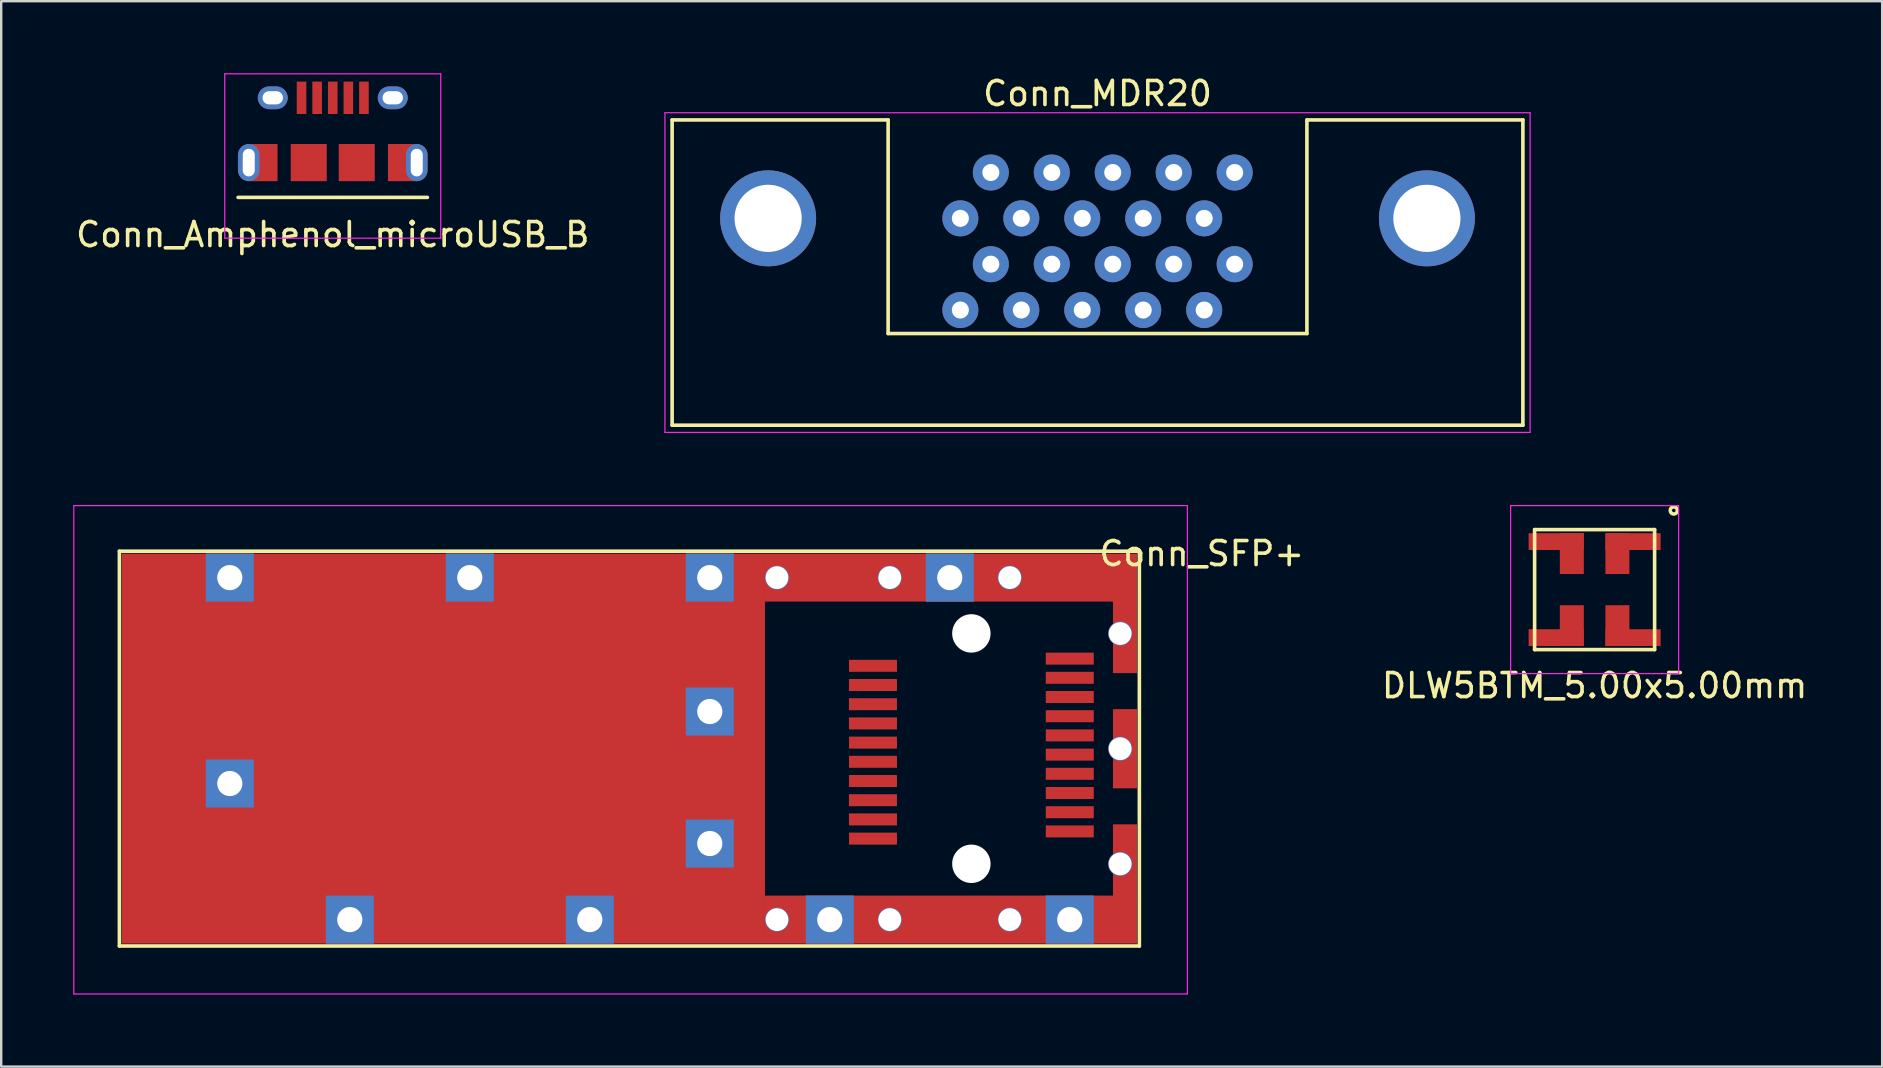
<source format=kicad_pcb>
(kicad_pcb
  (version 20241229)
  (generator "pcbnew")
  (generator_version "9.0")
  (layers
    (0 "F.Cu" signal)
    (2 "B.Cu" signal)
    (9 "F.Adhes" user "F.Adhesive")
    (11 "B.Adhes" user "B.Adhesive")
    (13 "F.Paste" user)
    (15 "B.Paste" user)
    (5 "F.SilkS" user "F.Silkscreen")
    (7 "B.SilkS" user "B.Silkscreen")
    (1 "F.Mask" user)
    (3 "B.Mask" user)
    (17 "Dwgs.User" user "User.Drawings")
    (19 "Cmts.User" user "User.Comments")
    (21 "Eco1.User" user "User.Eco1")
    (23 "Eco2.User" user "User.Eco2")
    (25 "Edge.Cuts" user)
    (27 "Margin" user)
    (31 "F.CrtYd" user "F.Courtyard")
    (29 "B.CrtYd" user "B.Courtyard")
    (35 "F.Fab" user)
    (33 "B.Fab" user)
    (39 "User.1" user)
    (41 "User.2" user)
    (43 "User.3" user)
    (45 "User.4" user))
  (footprint "Conn_MDR20"
    (layer "F.Cu")
    (at 42.681 10.848)
    (property "Reference" "Conn_MDR20" (at 0 -10 0) (layer "F.SilkS") (effects (font (size 1 1) (thickness 0.15))))
    (attr through_hole)
    (fp_line (start -17.725 -8.9) (end -17.725 3.82) (stroke (width 0.15) (type solid)) (layer "F.SilkS"))
    (fp_line (start -17.725 3.82) (end 17.725 3.82) (stroke (width 0.15) (type solid)) (layer "F.SilkS"))
    (fp_line (start -8.725 -8.9) (end -17.725 -8.9) (stroke (width 0.15) (type solid)) (layer "F.SilkS"))
    (fp_line (start -8.725 0) (end -8.725 -8.9) (stroke (width 0.15) (type solid)) (layer "F.SilkS"))
    (fp_line (start 8.725 -8.9) (end 8.725 0) (stroke (width 0.15) (type solid)) (layer "F.SilkS"))
    (fp_line (start 8.725 0) (end -8.725 0) (stroke (width 0.15) (type solid)) (layer "F.SilkS"))
    (fp_line (start 17.725 -8.9) (end 8.725 -8.9) (stroke (width 0.15) (type solid)) (layer "F.SilkS"))
    (fp_line (start 17.725 3.82) (end 17.725 -8.9) (stroke (width 0.15) (type solid)) (layer "F.SilkS"))
    (fp_line (start -18.025 -9.2) (end -18.025 4.12) (stroke (width 0.05) (type solid)) (layer "F.CrtYd"))
    (fp_line (start -18.025 4.12) (end 18.025 4.12) (stroke (width 0.05) (type solid)) (layer "F.CrtYd"))
    (fp_line (start 18.025 -9.2) (end -18.025 -9.2) (stroke (width 0.05) (type solid)) (layer "F.CrtYd"))
    (fp_line (start 18.025 4.12) (end 18.025 -9.2) (stroke (width 0.05) (type solid)) (layer "F.CrtYd"))
    (pad "1" thru_hole circle (at 5.715 -6.71) (size 1.5 1.5) (drill 0.71) (layers "*.Cu" "*.Mask"))
    (pad "2" thru_hole circle (at 4.445 -4.8) (size 1.5 1.5) (drill 0.71) (layers "*.Cu" "*.Mask"))
    (pad "3" thru_hole circle (at 3.175 -6.71) (size 1.5 1.5) (drill 0.71) (layers "*.Cu" "*.Mask"))
    (pad "4" thru_hole circle (at 1.905 -4.8) (size 1.5 1.5) (drill 0.71) (layers "*.Cu" "*.Mask"))
    (pad "5" thru_hole circle (at 0.635 -6.71) (size 1.5 1.5) (drill 0.71) (layers "*.Cu" "*.Mask"))
    (pad "6" thru_hole circle (at -0.635 -4.8) (size 1.5 1.5) (drill 0.71) (layers "*.Cu" "*.Mask"))
    (pad "7" thru_hole circle (at -1.905 -6.71) (size 1.5 1.5) (drill 0.71) (layers "*.Cu" "*.Mask"))
    (pad "8" thru_hole circle (at -3.175 -4.8) (size 1.5 1.5) (drill 0.71) (layers "*.Cu" "*.Mask"))
    (pad "9" thru_hole circle (at -4.445 -6.71) (size 1.5 1.5) (drill 0.71) (layers "*.Cu" "*.Mask"))
    (pad "10" thru_hole circle (at -5.715 -4.8) (size 1.5 1.5) (drill 0.71) (layers "*.Cu" "*.Mask"))
    (pad "11" thru_hole circle (at 5.715 -2.89) (size 1.5 1.5) (drill 0.71) (layers "*.Cu" "*.Mask"))
    (pad "12" thru_hole circle (at 4.445 -0.98) (size 1.5 1.5) (drill 0.71) (layers "*.Cu" "*.Mask"))
    (pad "13" thru_hole circle (at 3.175 -2.89) (size 1.5 1.5) (drill 0.71) (layers "*.Cu" "*.Mask"))
    (pad "14" thru_hole circle (at 1.905 -0.98) (size 1.5 1.5) (drill 0.71) (layers "*.Cu" "*.Mask"))
    (pad "15" thru_hole circle (at 0.635 -2.89) (size 1.5 1.5) (drill 0.71) (layers "*.Cu" "*.Mask"))
    (pad "16" thru_hole circle (at -0.635 -0.98) (size 1.5 1.5) (drill 0.71) (layers "*.Cu" "*.Mask"))
    (pad "17" thru_hole circle (at -1.905 -2.89) (size 1.5 1.5) (drill 0.71) (layers "*.Cu" "*.Mask"))
    (pad "18" thru_hole circle (at -3.175 -0.98) (size 1.5 1.5) (drill 0.71) (layers "*.Cu" "*.Mask"))
    (pad "19" thru_hole circle (at -4.445 -2.89) (size 1.5 1.5) (drill 0.71) (layers "*.Cu" "*.Mask"))
    (pad "20" thru_hole circle (at -5.715 -0.98) (size 1.5 1.5) (drill 0.71) (layers "*.Cu" "*.Mask"))
    (pad "SHIELD" thru_hole circle (at -13.725 -4.8) (size 4 4) (drill 2.8) (layers "*.Cu" "*.Mask"))
    (pad "SHIELD" thru_hole circle (at 13.725 -4.8) (size 4 4) (drill 2.8) (layers "*.Cu" "*.Mask")))
  (footprint "DLW5BTM_5.00x5.00mm"
    (layer "F.Cu")
    (at 63.394 21.518)
    (property "Reference" "DLW5BTM_5.00x5.00mm" (at 0 4 0) (layer "F.SilkS") (effects (font (size 1 1) (thickness 0.15))))
    (attr through_hole)
    (fp_line (start -2.5 -2.5) (end -2.5 2.5) (stroke (width 0.15) (type solid)) (layer "F.SilkS"))
    (fp_line (start -2.5 2.5) (end 2.5 2.5) (stroke (width 0.15) (type solid)) (layer "F.SilkS"))
    (fp_line (start 2.5 -2.5) (end -2.5 -2.5) (stroke (width 0.15) (type solid)) (layer "F.SilkS"))
    (fp_line (start 2.5 2.5) (end 2.5 -2.5) (stroke (width 0.15) (type solid)) (layer "F.SilkS"))
    (fp_circle (center 3.3 -3.3) (end 3.45 -3.3) (stroke (width 0.15) (type solid)) (fill no) (layer "F.SilkS"))
    (fp_line (start -3.5 -3.5) (end -3.5 3.5) (stroke (width 0.05) (type solid)) (layer "F.CrtYd"))
    (fp_line (start -3.5 3.5) (end 3.5 3.5) (stroke (width 0.05) (type solid)) (layer "F.CrtYd"))
    (fp_line (start 3.5 -3.5) (end -3.5 -3.5) (stroke (width 0.05) (type solid)) (layer "F.CrtYd"))
    (fp_line (start 3.5 3.5) (end 3.5 -3.5) (stroke (width 0.05) (type solid)) (layer "F.CrtYd"))
    (pad "1" smd rect (at 0.95 -1.5) (size 1 1.7) (layers "F.Cu" "F.Mask" "F.Paste"))
    (pad "1" smd rect (at 1.6 -2) (size 2.3 0.7) (layers "F.Cu" "F.Mask" "F.Paste"))
    (pad "2" smd rect (at -1.6 -2) (size 2.3 0.7) (layers "F.Cu" "F.Mask" "F.Paste"))
    (pad "2" smd rect (at -0.95 -1.5) (size 1 1.7) (layers "F.Cu" "F.Mask" "F.Paste"))
    (pad "3" smd rect (at -1.6 2) (size 2.3 0.7) (layers "F.Cu" "F.Mask" "F.Paste"))
    (pad "3" smd rect (at -0.95 1.5) (size 1 1.7) (layers "F.Cu" "F.Mask" "F.Paste"))
    (pad "4" smd rect (at 0.95 1.5) (size 1 1.7) (layers "F.Cu" "F.Mask" "F.Paste"))
    (pad "4" smd rect (at 1.6 2) (size 2.3 0.7) (layers "F.Cu" "F.Mask" "F.Paste")))
  (footprint "Conn_Amphenol_microUSB_B"
    (layer "F.Cu")
    (at 10.815 3.725)
    (property "Reference" "Conn_Amphenol_microUSB_B" (at 0 3 0) (layer "F.SilkS") (effects (font (size 1 1) (thickness 0.15))))
    (attr smd)
    (fp_line (start -3.945 1.45) (end 3.945 1.45) (stroke (width 0.15) (type solid)) (layer "F.SilkS"))
    (fp_line (start -4.5 -3.7) (end -4.5 3.15) (stroke (width 0.05) (type solid)) (layer "F.CrtYd"))
    (fp_line (start -4.5 3.15) (end 4.5 3.15) (stroke (width 0.05) (type solid)) (layer "F.CrtYd"))
    (fp_line (start 4.5 -3.7) (end -4.5 -3.7) (stroke (width 0.05) (type solid)) (layer "F.CrtYd"))
    (fp_line (start 4.5 3.15) (end 4.5 -3.7) (stroke (width 0.05) (type solid)) (layer "F.CrtYd"))
    (pad "1" smd rect (at -1.3 -2.7) (size 0.4 1.35) (layers "F.Cu" "F.Mask" "F.Paste"))
    (pad "2" smd rect (at -0.65 -2.7) (size 0.4 1.35) (layers "F.Cu" "F.Mask" "F.Paste"))
    (pad "3" smd rect (at 0 -2.7) (size 0.4 1.35) (layers "F.Cu" "F.Mask" "F.Paste"))
    (pad "4" smd rect (at 0.65 -2.7) (size 0.4 1.35) (layers "F.Cu" "F.Mask" "F.Paste"))
    (pad "5" smd rect (at 1.3 -2.7) (size 0.4 1.35) (layers "F.Cu" "F.Mask" "F.Paste"))
    (pad "6" thru_hole roundrect (at -3.5 0) (size 0.9 1.55) (drill oval 0.5 1.15) (layers "*.Cu" "*.Mask") (roundrect_rratio 0.5))
    (pad "6" smd rect (at -2.873 0) (size 1.145 1.55) (layers "F.Cu" "F.Mask" "F.Paste"))
    (pad "6" thru_hole roundrect (at -2.5 -2.7) (size 1.25 0.95) (drill oval 0.85 0.55) (layers "*.Cu" "*.Mask") (roundrect_rratio 0.5))
    (pad "6" smd rect (at -1 0) (size 1.5 1.55) (layers "F.Cu" "F.Mask" "F.Paste"))
    (pad "6" smd rect (at 1 0) (size 1.5 1.55) (layers "F.Cu" "F.Mask" "F.Paste"))
    (pad "6" thru_hole roundrect (at 2.5 -2.7) (size 1.25 0.95) (drill oval 0.85 0.55) (layers "*.Cu" "*.Mask") (roundrect_rratio 0.5))
    (pad "6" smd rect (at 2.873 0) (size 1.145 1.55) (layers "F.Cu" "F.Mask" "F.Paste"))
    (pad "6" thru_hole roundrect (at 3.5 0) (size 0.9 1.55) (drill oval 0.5 1.15) (layers "*.Cu" "*.Mask") (roundrect_rratio 0.5)))
  (footprint "Conn_SFP+"
    (layer "F.Cu")
    (at 2.025 20.018)
    (property "Reference" "Conn_SFP+" (at 45 0 0) (layer "F.SilkS") (effects (font (size 1 1) (thickness 0.15))))
    (attr through_hole)
    (fp_line (start -0.1 -0.1) (end -0.1 16.35) (stroke (width 0.15) (type solid)) (layer "F.SilkS"))
    (fp_line (start -0.1 16.35) (end 42.4 16.35) (stroke (width 0.15) (type solid)) (layer "F.SilkS"))
    (fp_line (start 42.4 -0.1) (end -0.1 -0.1) (stroke (width 0.15) (type solid)) (layer "F.SilkS"))
    (fp_line (start 42.4 16.35) (end 42.4 -0.1) (stroke (width 0.15) (type solid)) (layer "F.SilkS"))
    (fp_line (start -2 -2) (end -2 18.35) (stroke (width 0.05) (type solid)) (layer "F.CrtYd"))
    (fp_line (start -2 18.35) (end 44.4 18.35) (stroke (width 0.05) (type solid)) (layer "F.CrtYd"))
    (fp_line (start 44.4 -2) (end -2 -2) (stroke (width 0.05) (type solid)) (layer "F.CrtYd"))
    (fp_line (start 44.4 18.35) (end 44.4 -2) (stroke (width 0.05) (type solid)) (layer "F.CrtYd"))
    (pad "" np_thru_hole circle (at 35.4 3.325) (size 1.6 1.6) (drill 1.6) (layers "*.Cu" "*.Mask"))
    (pad "" np_thru_hole circle (at 35.4 12.925) (size 1.6 1.6) (drill 1.6) (layers "*.Cu" "*.Mask"))
    (pad "1" smd rect (at 31.3 4.675) (size 2 0.5) (layers "F.Cu" "F.Mask" "F.Paste"))
    (pad "2" smd rect (at 31.3 5.475) (size 2 0.5) (layers "F.Cu" "F.Mask" "F.Paste"))
    (pad "3" smd rect (at 31.3 6.275) (size 2 0.5) (layers "F.Cu" "F.Mask" "F.Paste"))
    (pad "4" smd rect (at 31.3 7.075) (size 2 0.5) (layers "F.Cu" "F.Mask" "F.Paste"))
    (pad "5" smd rect (at 31.3 7.875) (size 2 0.5) (layers "F.Cu" "F.Mask" "F.Paste"))
    (pad "6" smd rect (at 31.3 8.675) (size 2 0.5) (layers "F.Cu" "F.Mask" "F.Paste"))
    (pad "7" smd rect (at 31.3 9.475) (size 2 0.5) (layers "F.Cu" "F.Mask" "F.Paste"))
    (pad "8" smd rect (at 31.3 10.275) (size 2 0.5) (layers "F.Cu" "F.Mask" "F.Paste"))
    (pad "9" smd rect (at 31.3 11.075) (size 2 0.5) (layers "F.Cu" "F.Mask" "F.Paste"))
    (pad "10" smd rect (at 31.3 11.875) (size 2 0.5) (layers "F.Cu" "F.Mask" "F.Paste"))
    (pad "11" smd rect (at 39.5 11.575) (size 2 0.5) (layers "F.Cu" "F.Mask" "F.Paste"))
    (pad "12" smd rect (at 39.5 10.775) (size 2 0.5) (layers "F.Cu" "F.Mask" "F.Paste"))
    (pad "13" smd rect (at 39.5 9.975) (size 2 0.5) (layers "F.Cu" "F.Mask" "F.Paste"))
    (pad "14" smd rect (at 39.5 9.175) (size 2 0.5) (layers "F.Cu" "F.Mask" "F.Paste"))
    (pad "15" smd rect (at 39.5 8.375) (size 2 0.5) (layers "F.Cu" "F.Mask" "F.Paste"))
    (pad "16" smd rect (at 39.5 7.575) (size 2 0.5) (layers "F.Cu" "F.Mask" "F.Paste"))
    (pad "17" smd rect (at 39.5 6.775) (size 2 0.5) (layers "F.Cu" "F.Mask" "F.Paste"))
    (pad "18" smd rect (at 39.5 5.975) (size 2 0.5) (layers "F.Cu" "F.Mask" "F.Paste"))
    (pad "19" smd rect (at 39.5 5.175) (size 2 0.5) (layers "F.Cu" "F.Mask" "F.Paste"))
    (pad "20" smd rect (at 39.5 4.375) (size 2 0.5) (layers "F.Cu" "F.Mask" "F.Paste"))
    (pad "SHIELD" thru_hole rect (at 4.5 1) (size 2 2) (drill 1.05) (layers "*.Cu" "*.Mask"))
    (pad "SHIELD" thru_hole rect (at 4.5 9.58) (size 2 2) (drill 1.05) (layers "*.Cu" "*.Mask"))
    (pad "SHIELD" thru_hole rect (at 9.5 15.25) (size 2 2) (drill 1.05) (layers "*.Cu" "*.Mask"))
    (pad "SHIELD" smd rect (at 13.4 8.125) (size 26.8 16.25) (layers "F.Cu"))
    (pad "SHIELD" thru_hole rect (at 14.5 1) (size 2 2) (drill 1.05) (layers "*.Cu" "*.Mask"))
    (pad "SHIELD" thru_hole rect (at 19.5 15.25) (size 2 2) (drill 1.05) (layers "*.Cu" "*.Mask"))
    (pad "SHIELD" thru_hole rect (at 24.5 1) (size 2 2) (drill 1.05) (layers "*.Cu" "*.Mask"))
    (pad "SHIELD" thru_hole rect (at 24.5 6.58) (size 2 2) (drill 1.05) (layers "*.Cu" "*.Mask"))
    (pad "SHIELD" thru_hole rect (at 24.5 12.08) (size 2 2) (drill 1.05) (layers "*.Cu" "*.Mask"))
    (pad "SHIELD" thru_hole circle (at 27.3 1) (size 1 1) (drill 0.95) (layers "*.Cu" "*.Mask"))
    (pad "SHIELD" thru_hole circle (at 27.3 15.25) (size 1 1) (drill 0.95) (layers "*.Cu" "*.Mask"))
    (pad "SHIELD" thru_hole rect (at 29.5 15.25) (size 2 2) (drill 1.05) (layers "*.Cu" "*.Mask"))
    (pad "SHIELD" thru_hole circle (at 32 1) (size 1 1) (drill 0.95) (layers "*.Cu" "*.Mask"))
    (pad "SHIELD" thru_hole circle (at 32 15.25) (size 1 1) (drill 0.95) (layers "*.Cu" "*.Mask"))
    (pad "SHIELD" thru_hole rect (at 34.5 1) (size 2 2) (drill 1.05) (layers "*.Cu" "*.Mask"))
    (pad "SHIELD" smd rect (at 34.55 1) (size 15.5 2) (layers "F.Cu"))
    (pad "SHIELD" smd rect (at 34.55 15.25) (size 15.5 2) (layers "F.Cu"))
    (pad "SHIELD" thru_hole circle (at 37 1) (size 1 1) (drill 0.95) (layers "*.Cu" "*.Mask"))
    (pad "SHIELD" thru_hole circle (at 37 15.25) (size 1 1) (drill 0.95) (layers "*.Cu" "*.Mask"))
    (pad "SHIELD" thru_hole rect (at 39.5 15.25) (size 2 2) (drill 1.05) (layers "*.Cu" "*.Mask"))
    (pad "SHIELD" thru_hole circle (at 41.6 3.33) (size 1 1) (drill 0.95) (layers "*.Cu" "*.Mask"))
    (pad "SHIELD" thru_hole circle (at 41.6 8.13) (size 1 1) (drill 0.95) (layers "*.Cu" "*.Mask"))
    (pad "SHIELD" thru_hole circle (at 41.6 12.93) (size 1 1) (drill 0.95) (layers "*.Cu" "*.Mask"))
    (pad "SHIELD" smd rect (at 41.8 3.33) (size 1 3.3) (layers "F.Cu"))
    (pad "SHIELD" smd rect (at 41.8 8.13) (size 1 3.3) (layers "F.Cu"))
    (pad "SHIELD" smd rect (at 41.8 12.93) (size 1 3.3) (layers "F.Cu")))
  (gr_rect
    (start -3 -3)
    (end 75.376 41.393)
    (stroke (width 0.1) (type default))
    (fill no)
    (layer "Edge.Cuts")))
</source>
